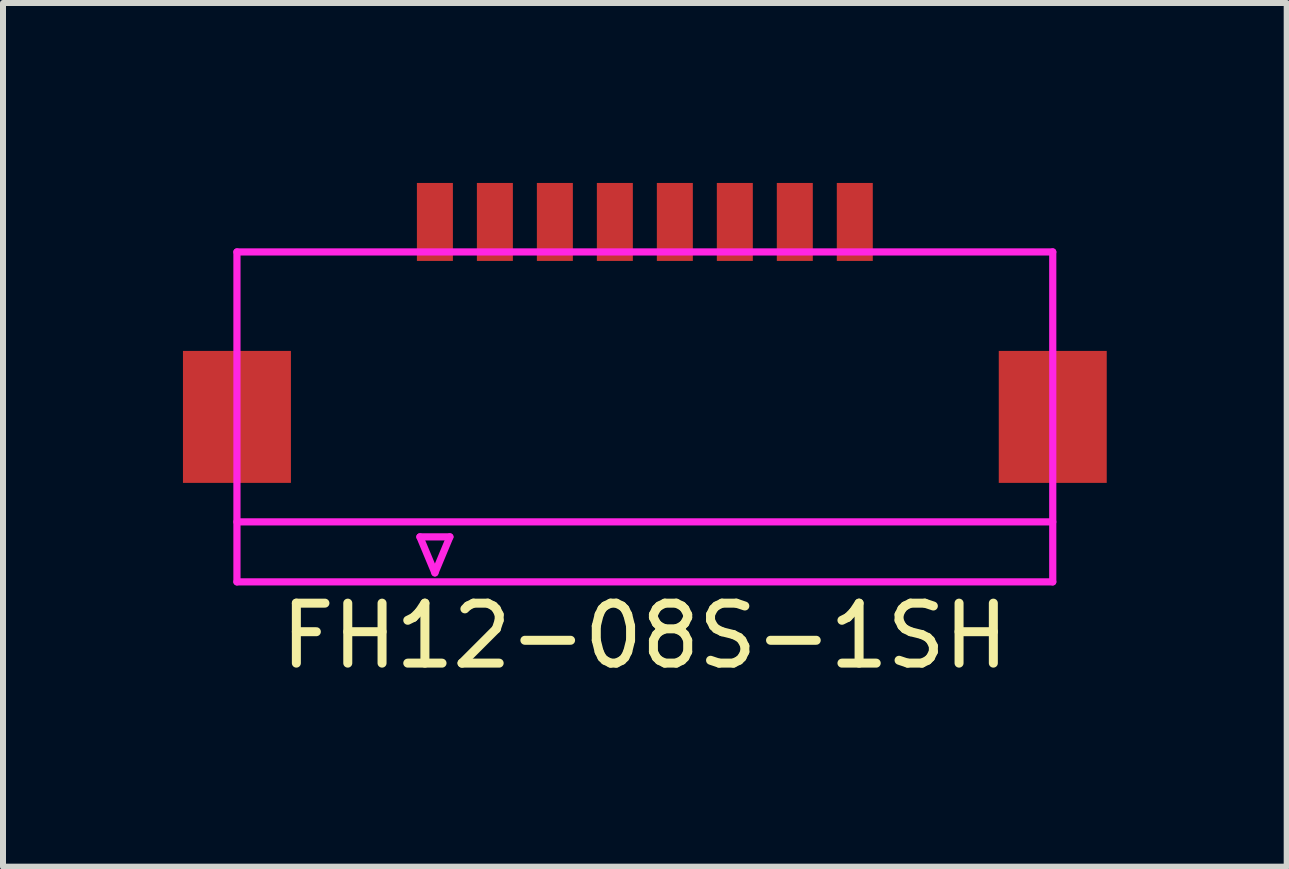
<source format=kicad_pcb>
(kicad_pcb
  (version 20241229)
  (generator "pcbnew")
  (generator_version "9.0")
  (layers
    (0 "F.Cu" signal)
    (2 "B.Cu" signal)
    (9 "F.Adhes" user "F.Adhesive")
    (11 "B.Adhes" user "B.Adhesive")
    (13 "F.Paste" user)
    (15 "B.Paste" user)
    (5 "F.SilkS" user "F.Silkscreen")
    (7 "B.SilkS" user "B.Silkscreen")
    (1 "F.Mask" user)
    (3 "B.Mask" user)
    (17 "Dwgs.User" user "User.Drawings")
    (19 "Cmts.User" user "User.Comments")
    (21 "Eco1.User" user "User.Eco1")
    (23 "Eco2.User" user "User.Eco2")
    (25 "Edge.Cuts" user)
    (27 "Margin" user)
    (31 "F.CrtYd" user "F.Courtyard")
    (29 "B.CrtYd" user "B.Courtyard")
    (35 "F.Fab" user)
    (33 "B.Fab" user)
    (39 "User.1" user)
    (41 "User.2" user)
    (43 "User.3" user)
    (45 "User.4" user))
  (footprint "FH12-08S-1SH"
    (layer "F.Cu")
    (at 7.7 3.65)
    (property "Reference" "FH12-08S-1SH" (at 0 3.9 0) (layer "F.SilkS") (effects (font (size 1 1) (thickness 0.15))))
    (attr smd)
    (fp_line (start -6.8 -2.5) (end -6.8 3) (stroke (width 0.12) (type solid)) (layer "F.CrtYd"))
    (fp_line (start -6.8 2) (end 6.8 2) (stroke (width 0.12) (type solid)) (layer "F.CrtYd"))
    (fp_line (start -3.75 2.25) (end -3.5 2.85) (stroke (width 0.12) (type solid)) (layer "F.CrtYd"))
    (fp_line (start -3.5 2.85) (end -3.25 2.25) (stroke (width 0.12) (type solid)) (layer "F.CrtYd"))
    (fp_line (start -3.25 2.25) (end -3.75 2.25) (stroke (width 0.12) (type solid)) (layer "F.CrtYd"))
    (fp_line (start 6.8 -2.5) (end -6.8 -2.5) (stroke (width 0.12) (type solid)) (layer "F.CrtYd"))
    (fp_line (start 6.8 3) (end -6.8 3) (stroke (width 0.12) (type solid)) (layer "F.CrtYd"))
    (fp_line (start 6.8 3) (end 6.8 -2.5) (stroke (width 0.12) (type solid)) (layer "F.CrtYd"))
    (pad "" smd rect (at -6.8 0.25) (size 1.8 2.2) (layers "F.Cu" "F.Mask" "F.Paste"))
    (pad "" smd rect (at 6.8 0.25) (size 1.8 2.2) (layers "F.Cu" "F.Mask" "F.Paste"))
    (pad "1" smd rect (at -3.5 -3) (size 0.6 1.3) (layers "F.Cu" "F.Mask" "F.Paste"))
    (pad "2" smd rect (at -2.5 -3) (size 0.6 1.3) (layers "F.Cu" "F.Mask" "F.Paste"))
    (pad "3" smd rect (at -1.5 -3) (size 0.6 1.3) (layers "F.Cu" "F.Mask" "F.Paste"))
    (pad "4" smd rect (at -0.5 -3) (size 0.6 1.3) (layers "F.Cu" "F.Mask" "F.Paste"))
    (pad "5" smd rect (at 0.5 -3) (size 0.6 1.3) (layers "F.Cu" "F.Mask" "F.Paste"))
    (pad "6" smd rect (at 1.5 -3) (size 0.6 1.3) (layers "F.Cu" "F.Mask" "F.Paste"))
    (pad "7" smd rect (at 2.5 -3) (size 0.6 1.3) (layers "F.Cu" "F.Mask" "F.Paste"))
    (pad "8" smd rect (at 3.5 -3) (size 0.6 1.3) (layers "F.Cu" "F.Mask" "F.Paste")))
  (gr_rect
    (start -3 -3)
    (end 18.4 11.398)
    (stroke (width 0.1) (type default))
    (fill no)
    (layer "Edge.Cuts")))
</source>
